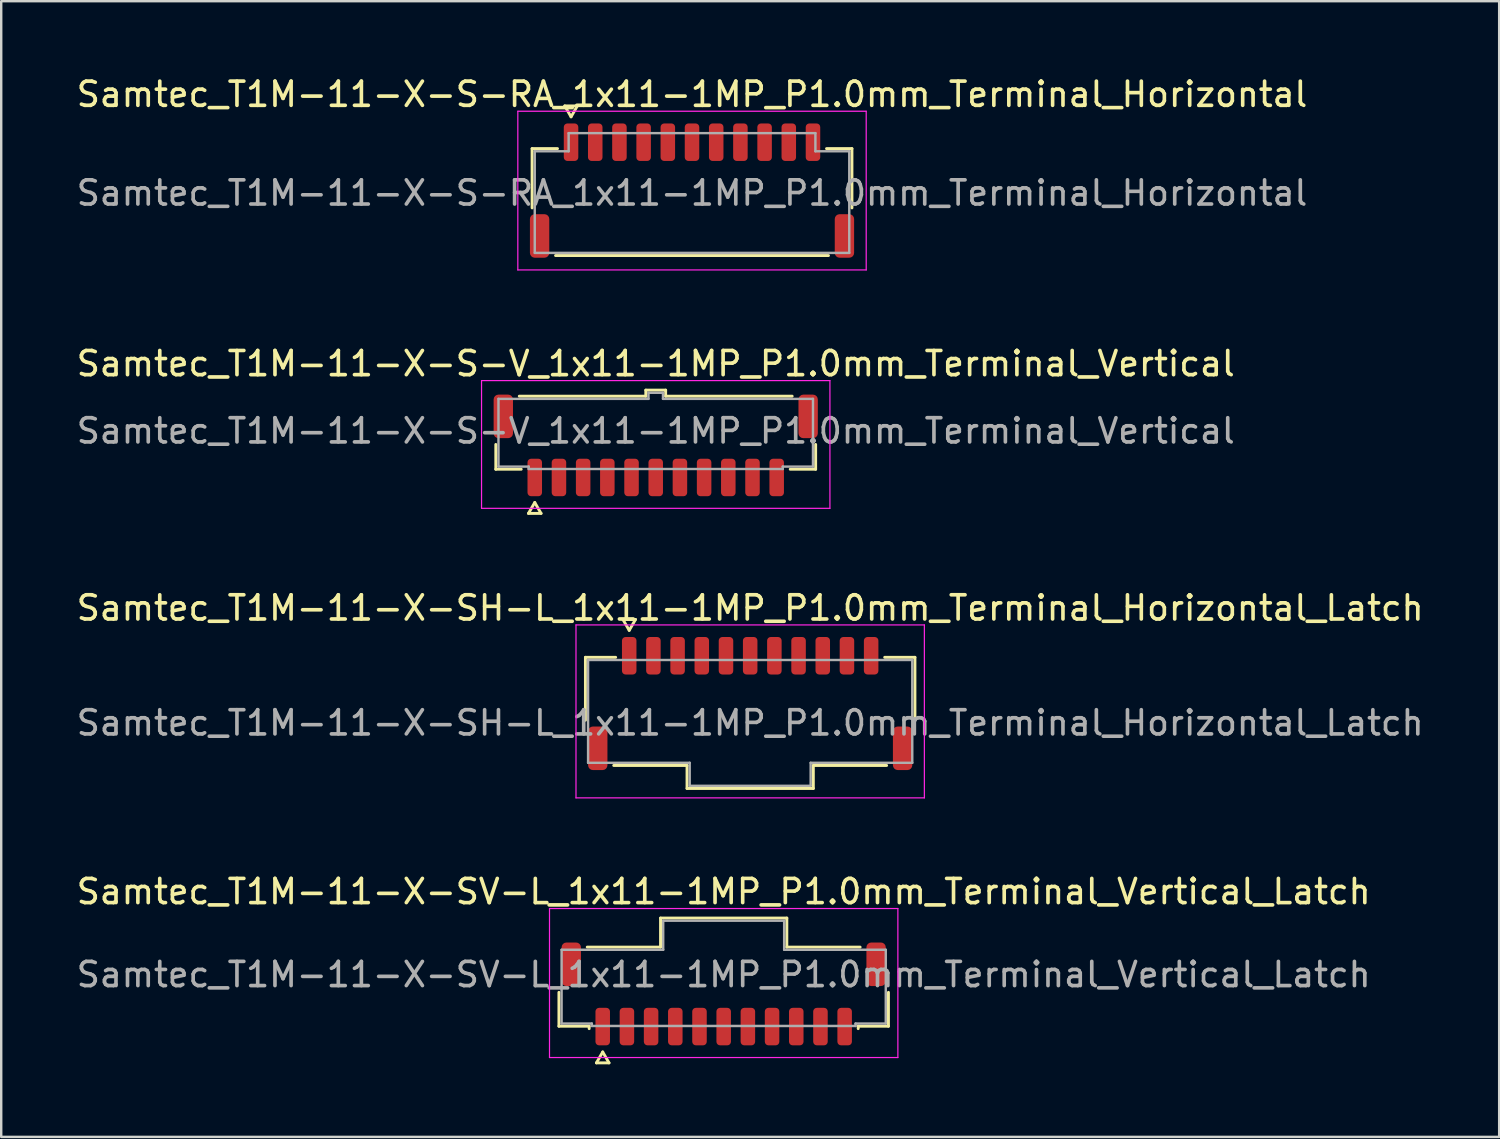
<source format=kicad_pcb>
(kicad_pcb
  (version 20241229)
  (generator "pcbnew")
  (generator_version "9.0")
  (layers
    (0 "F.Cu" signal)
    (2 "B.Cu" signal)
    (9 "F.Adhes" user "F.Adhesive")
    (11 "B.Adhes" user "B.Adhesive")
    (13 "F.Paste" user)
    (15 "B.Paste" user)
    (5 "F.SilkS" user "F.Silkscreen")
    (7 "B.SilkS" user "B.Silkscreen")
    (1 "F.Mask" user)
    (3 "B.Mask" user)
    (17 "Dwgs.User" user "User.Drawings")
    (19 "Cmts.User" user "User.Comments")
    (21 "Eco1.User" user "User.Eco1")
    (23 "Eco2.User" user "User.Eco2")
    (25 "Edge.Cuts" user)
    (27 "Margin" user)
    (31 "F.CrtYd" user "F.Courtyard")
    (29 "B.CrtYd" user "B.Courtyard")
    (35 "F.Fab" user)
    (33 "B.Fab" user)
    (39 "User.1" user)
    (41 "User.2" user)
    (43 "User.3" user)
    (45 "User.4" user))
  (footprint "Samtec_T1M-11-X-S-V_1x11-1MP_P1.0mm_Terminal_Vertical"
    (layer "F.Cu")
    (at 24.054 14.761)
    (property "Reference" "Samtec_T1M-11-X-S-V_1x11-1MP_P1.0mm_Terminal_Vertical" (at 0 -2.78 0) (layer "F.SilkS") (effects (font (size 1 1) (thickness 0.15))))
    (attr smd)
    (fp_line (start -6.61 1.585) (end -6.61 0.56) (stroke (width 0.12) (type solid)) (layer "F.SilkS"))
    (fp_line (start -5.64 -1.435) (end -0.41 -1.435) (stroke (width 0.12) (type solid)) (layer "F.SilkS"))
    (fp_line (start -5.56 1.585) (end -6.61 1.585) (stroke (width 0.12) (type solid)) (layer "F.SilkS"))
    (fp_line (start -5.26 3.41) (end -5 2.96) (stroke (width 0.12) (type solid)) (layer "F.SilkS"))
    (fp_line (start -5 2.96) (end -4.74 3.41) (stroke (width 0.12) (type solid)) (layer "F.SilkS"))
    (fp_line (start -4.74 3.41) (end -5.26 3.41) (stroke (width 0.12) (type solid)) (layer "F.SilkS"))
    (fp_line (start -0.41 -1.685) (end 0.41 -1.685) (stroke (width 0.12) (type solid)) (layer "F.SilkS"))
    (fp_line (start -0.41 -1.435) (end -0.41 -1.685) (stroke (width 0.12) (type solid)) (layer "F.SilkS"))
    (fp_line (start 0.41 -1.685) (end 0.41 -1.435) (stroke (width 0.12) (type solid)) (layer "F.SilkS"))
    (fp_line (start 0.41 -1.435) (end 5.64 -1.435) (stroke (width 0.12) (type solid)) (layer "F.SilkS"))
    (fp_line (start 6.61 0.56) (end 6.61 1.585) (stroke (width 0.12) (type solid)) (layer "F.SilkS"))
    (fp_line (start 6.61 1.585) (end 5.56 1.585) (stroke (width 0.12) (type solid)) (layer "F.SilkS"))
    (fp_line (start -7.2 -2.08) (end -7.2 3.2) (stroke (width 0.05) (type solid)) (layer "F.CrtYd"))
    (fp_line (start -7.2 3.2) (end 7.2 3.2) (stroke (width 0.05) (type solid)) (layer "F.CrtYd"))
    (fp_line (start 7.2 -2.08) (end -7.2 -2.08) (stroke (width 0.05) (type solid)) (layer "F.CrtYd"))
    (fp_line (start 7.2 3.2) (end 7.2 -2.08) (stroke (width 0.05) (type solid)) (layer "F.CrtYd"))
    (fp_line (start -6.5 -1.325) (end -0.3 -1.325) (stroke (width 0.1) (type solid)) (layer "F.Fab"))
    (fp_line (start -6.5 1.475) (end -6.5 -1.325) (stroke (width 0.1) (type solid)) (layer "F.Fab"))
    (fp_line (start -5.25 1.475) (end -6.5 1.475) (stroke (width 0.1) (type solid)) (layer "F.Fab"))
    (fp_line (start -5.25 1.575) (end -5.25 1.475) (stroke (width 0.1) (type solid)) (layer "F.Fab"))
    (fp_line (start -0.3 -1.575) (end 0.3 -1.575) (stroke (width 0.1) (type solid)) (layer "F.Fab"))
    (fp_line (start -0.3 -1.325) (end -0.3 -1.575) (stroke (width 0.1) (type solid)) (layer "F.Fab"))
    (fp_line (start 0.3 -1.575) (end 0.3 -1.325) (stroke (width 0.1) (type solid)) (layer "F.Fab"))
    (fp_line (start 0.3 -1.325) (end 6.5 -1.325) (stroke (width 0.1) (type solid)) (layer "F.Fab"))
    (fp_line (start 5.25 1.475) (end 5.25 1.575) (stroke (width 0.1) (type solid)) (layer "F.Fab"))
    (fp_line (start 5.25 1.575) (end -5.25 1.575) (stroke (width 0.1) (type solid)) (layer "F.Fab"))
    (fp_line (start 6.5 -1.325) (end 6.5 1.475) (stroke (width 0.1) (type solid)) (layer "F.Fab"))
    (fp_line (start 6.5 1.475) (end 5.25 1.475) (stroke (width 0.1) (type solid)) (layer "F.Fab"))
    (fp_text user "${REFERENCE}" (at 0 0 0) (layer "F.Fab") (effects (font (size 1 1) (thickness 0.15))))
    (pad "1" smd roundrect (at -5 1.925) (size 0.6 1.55) (layers "F.Cu" "F.Mask" "F.Paste") (roundrect_rratio 0.25))
    (pad "2" smd roundrect (at -4 1.925) (size 0.6 1.55) (layers "F.Cu" "F.Mask" "F.Paste") (roundrect_rratio 0.25))
    (pad "3" smd roundrect (at -3 1.925) (size 0.6 1.55) (layers "F.Cu" "F.Mask" "F.Paste") (roundrect_rratio 0.25))
    (pad "4" smd roundrect (at -2 1.925) (size 0.6 1.55) (layers "F.Cu" "F.Mask" "F.Paste") (roundrect_rratio 0.25))
    (pad "5" smd roundrect (at -1 1.925) (size 0.6 1.55) (layers "F.Cu" "F.Mask" "F.Paste") (roundrect_rratio 0.25))
    (pad "6" smd roundrect (at 0 1.925) (size 0.6 1.55) (layers "F.Cu" "F.Mask" "F.Paste") (roundrect_rratio 0.25))
    (pad "7" smd roundrect (at 1 1.925) (size 0.6 1.55) (layers "F.Cu" "F.Mask" "F.Paste") (roundrect_rratio 0.25))
    (pad "8" smd roundrect (at 2 1.925) (size 0.6 1.55) (layers "F.Cu" "F.Mask" "F.Paste") (roundrect_rratio 0.25))
    (pad "9" smd roundrect (at 3 1.925) (size 0.6 1.55) (layers "F.Cu" "F.Mask" "F.Paste") (roundrect_rratio 0.25))
    (pad "10" smd roundrect (at 4 1.925) (size 0.6 1.55) (layers "F.Cu" "F.Mask" "F.Paste") (roundrect_rratio 0.25))
    (pad "11" smd roundrect (at 5 1.925) (size 0.6 1.55) (layers "F.Cu" "F.Mask" "F.Paste") (roundrect_rratio 0.25))
    (pad "MP" smd roundrect (at -6.3 -0.6) (size 0.8 1.8) (layers "F.Cu" "F.Mask" "F.Paste") (roundrect_rratio 0.25))
    (pad "MP" smd roundrect (at 6.3 -0.6) (size 0.8 1.8) (layers "F.Cu" "F.Mask" "F.Paste") (roundrect_rratio 0.25)))
  (footprint "Samtec_T1M-11-X-SH-L_1x11-1MP_P1.0mm_Terminal_Horizontal_Latch"
    (layer "F.Cu")
    (at 27.958 26.83)
    (property "Reference" "Samtec_T1M-11-X-SH-L_1x11-1MP_P1.0mm_Terminal_Horizontal_Latch" (at 0 -4.75 0) (layer "F.SilkS") (effects (font (size 1 1) (thickness 0.15))))
    (attr smd)
    (fp_line (start -6.81 -2.71) (end -5.56 -2.71) (stroke (width 0.12) (type solid)) (layer "F.SilkS"))
    (fp_line (start -6.81 -0.11) (end -6.81 -2.71) (stroke (width 0.12) (type solid)) (layer "F.SilkS"))
    (fp_line (start -5.26 -4.275) (end -5 -3.825) (stroke (width 0.12) (type solid)) (layer "F.SilkS"))
    (fp_line (start -5 -3.825) (end -4.74 -4.275) (stroke (width 0.12) (type solid)) (layer "F.SilkS"))
    (fp_line (start -4.74 -4.275) (end -5.26 -4.275) (stroke (width 0.12) (type solid)) (layer "F.SilkS"))
    (fp_line (start -2.61 1.76) (end -5.64 1.76) (stroke (width 0.12) (type solid)) (layer "F.SilkS"))
    (fp_line (start -2.61 2.71) (end -2.61 1.76) (stroke (width 0.12) (type solid)) (layer "F.SilkS"))
    (fp_line (start 2.61 1.76) (end 2.61 2.71) (stroke (width 0.12) (type solid)) (layer "F.SilkS"))
    (fp_line (start 2.61 2.71) (end -2.61 2.71) (stroke (width 0.12) (type solid)) (layer "F.SilkS"))
    (fp_line (start 5.56 -2.71) (end 6.81 -2.71) (stroke (width 0.12) (type solid)) (layer "F.SilkS"))
    (fp_line (start 5.64 1.76) (end 2.61 1.76) (stroke (width 0.12) (type solid)) (layer "F.SilkS"))
    (fp_line (start 6.81 -2.71) (end 6.81 -0.11) (stroke (width 0.12) (type solid)) (layer "F.SilkS"))
    (fp_line (start -7.2 -4.05) (end -7.2 3.1) (stroke (width 0.05) (type solid)) (layer "F.CrtYd"))
    (fp_line (start -7.2 3.1) (end 7.2 3.1) (stroke (width 0.05) (type solid)) (layer "F.CrtYd"))
    (fp_line (start 7.2 -4.05) (end -7.2 -4.05) (stroke (width 0.05) (type solid)) (layer "F.CrtYd"))
    (fp_line (start 7.2 3.1) (end 7.2 -4.05) (stroke (width 0.05) (type solid)) (layer "F.CrtYd"))
    (fp_line (start -6.7 -2.6) (end 6.7 -2.6) (stroke (width 0.1) (type solid)) (layer "F.Fab"))
    (fp_line (start -6.7 1.65) (end -6.7 -2.6) (stroke (width 0.1) (type solid)) (layer "F.Fab"))
    (fp_line (start -2.5 1.65) (end -6.7 1.65) (stroke (width 0.1) (type solid)) (layer "F.Fab"))
    (fp_line (start -2.5 2.6) (end -2.5 1.65) (stroke (width 0.1) (type solid)) (layer "F.Fab"))
    (fp_line (start 2.5 1.65) (end 2.5 2.6) (stroke (width 0.1) (type solid)) (layer "F.Fab"))
    (fp_line (start 2.5 2.6) (end -2.5 2.6) (stroke (width 0.1) (type solid)) (layer "F.Fab"))
    (fp_line (start 6.7 -2.6) (end 6.7 1.65) (stroke (width 0.1) (type solid)) (layer "F.Fab"))
    (fp_line (start 6.7 1.65) (end 2.5 1.65) (stroke (width 0.1) (type solid)) (layer "F.Fab"))
    (fp_text user "${REFERENCE}" (at 0 0 0) (layer "F.Fab") (effects (font (size 1 1) (thickness 0.15))))
    (pad "1" smd roundrect (at -5 -2.775) (size 0.6 1.55) (layers "F.Cu" "F.Mask" "F.Paste") (roundrect_rratio 0.25))
    (pad "2" smd roundrect (at -4 -2.775) (size 0.6 1.55) (layers "F.Cu" "F.Mask" "F.Paste") (roundrect_rratio 0.25))
    (pad "3" smd roundrect (at -3 -2.775) (size 0.6 1.55) (layers "F.Cu" "F.Mask" "F.Paste") (roundrect_rratio 0.25))
    (pad "4" smd roundrect (at -2 -2.775) (size 0.6 1.55) (layers "F.Cu" "F.Mask" "F.Paste") (roundrect_rratio 0.25))
    (pad "5" smd roundrect (at -1 -2.775) (size 0.6 1.55) (layers "F.Cu" "F.Mask" "F.Paste") (roundrect_rratio 0.25))
    (pad "6" smd roundrect (at 0 -2.775) (size 0.6 1.55) (layers "F.Cu" "F.Mask" "F.Paste") (roundrect_rratio 0.25))
    (pad "7" smd roundrect (at 1 -2.775) (size 0.6 1.55) (layers "F.Cu" "F.Mask" "F.Paste") (roundrect_rratio 0.25))
    (pad "8" smd roundrect (at 2 -2.775) (size 0.6 1.55) (layers "F.Cu" "F.Mask" "F.Paste") (roundrect_rratio 0.25))
    (pad "9" smd roundrect (at 3 -2.775) (size 0.6 1.55) (layers "F.Cu" "F.Mask" "F.Paste") (roundrect_rratio 0.25))
    (pad "10" smd roundrect (at 4 -2.775) (size 0.6 1.55) (layers "F.Cu" "F.Mask" "F.Paste") (roundrect_rratio 0.25))
    (pad "11" smd roundrect (at 5 -2.775) (size 0.6 1.55) (layers "F.Cu" "F.Mask" "F.Paste") (roundrect_rratio 0.25))
    (pad "MP" smd roundrect (at -6.3 1.05) (size 0.8 1.8) (layers "F.Cu" "F.Mask" "F.Paste") (roundrect_rratio 0.25))
    (pad "MP" smd roundrect (at 6.3 1.05) (size 0.8 1.8) (layers "F.Cu" "F.Mask" "F.Paste") (roundrect_rratio 0.25)))
  (footprint "Samtec_T1M-11-X-SV-L_1x11-1MP_P1.0mm_Terminal_Vertical_Latch"
    (layer "F.Cu")
    (at 26.863 37.233)
    (property "Reference" "Samtec_T1M-11-X-SV-L_1x11-1MP_P1.0mm_Terminal_Vertical_Latch" (at 0 -3.43 0) (layer "F.SilkS") (effects (font (size 1 1) (thickness 0.15))))
    (attr smd)
    (fp_line (start -6.81 2.135) (end -6.81 0.735) (stroke (width 0.12) (type solid)) (layer "F.SilkS"))
    (fp_line (start -5.64 -1.135) (end -2.61 -1.135) (stroke (width 0.12) (type solid)) (layer "F.SilkS"))
    (fp_line (start -5.56 2.135) (end -6.81 2.135) (stroke (width 0.12) (type solid)) (layer "F.SilkS"))
    (fp_line (start -5.56 2.235) (end -5.56 2.135) (stroke (width 0.12) (type solid)) (layer "F.SilkS"))
    (fp_line (start -5.26 3.65) (end -5 3.2) (stroke (width 0.12) (type solid)) (layer "F.SilkS"))
    (fp_line (start -5 3.2) (end -4.74 3.65) (stroke (width 0.12) (type solid)) (layer "F.SilkS"))
    (fp_line (start -4.74 3.65) (end -5.26 3.65) (stroke (width 0.12) (type solid)) (layer "F.SilkS"))
    (fp_line (start -2.61 -2.335) (end 2.61 -2.335) (stroke (width 0.12) (type solid)) (layer "F.SilkS"))
    (fp_line (start -2.61 -1.135) (end -2.61 -2.335) (stroke (width 0.12) (type solid)) (layer "F.SilkS"))
    (fp_line (start 2.61 -2.335) (end 2.61 -1.135) (stroke (width 0.12) (type solid)) (layer "F.SilkS"))
    (fp_line (start 2.61 -1.135) (end 5.64 -1.135) (stroke (width 0.12) (type solid)) (layer "F.SilkS"))
    (fp_line (start 5.56 2.135) (end 5.56 2.235) (stroke (width 0.12) (type solid)) (layer "F.SilkS"))
    (fp_line (start 6.81 0.735) (end 6.81 2.135) (stroke (width 0.12) (type solid)) (layer "F.SilkS"))
    (fp_line (start 6.81 2.135) (end 5.56 2.135) (stroke (width 0.12) (type solid)) (layer "F.SilkS"))
    (fp_line (start -7.2 -2.73) (end -7.2 3.43) (stroke (width 0.05) (type solid)) (layer "F.CrtYd"))
    (fp_line (start -7.2 3.43) (end 7.2 3.43) (stroke (width 0.05) (type solid)) (layer "F.CrtYd"))
    (fp_line (start 7.2 -2.73) (end -7.2 -2.73) (stroke (width 0.05) (type solid)) (layer "F.CrtYd"))
    (fp_line (start 7.2 3.43) (end 7.2 -2.73) (stroke (width 0.05) (type solid)) (layer "F.CrtYd"))
    (fp_line (start -6.7 -1.025) (end -2.5 -1.025) (stroke (width 0.1) (type solid)) (layer "F.Fab"))
    (fp_line (start -6.7 2.025) (end -6.7 -1.025) (stroke (width 0.1) (type solid)) (layer "F.Fab"))
    (fp_line (start -5.45 2.025) (end -6.7 2.025) (stroke (width 0.1) (type solid)) (layer "F.Fab"))
    (fp_line (start -5.45 2.125) (end -5.45 2.025) (stroke (width 0.1) (type solid)) (layer "F.Fab"))
    (fp_line (start -2.5 -2.225) (end 2.5 -2.225) (stroke (width 0.1) (type solid)) (layer "F.Fab"))
    (fp_line (start -2.5 -1.025) (end -2.5 -2.225) (stroke (width 0.1) (type solid)) (layer "F.Fab"))
    (fp_line (start 2.5 -2.225) (end 2.5 -1.025) (stroke (width 0.1) (type solid)) (layer "F.Fab"))
    (fp_line (start 2.5 -1.025) (end 6.7 -1.025) (stroke (width 0.1) (type solid)) (layer "F.Fab"))
    (fp_line (start 5.45 2.025) (end 5.45 2.125) (stroke (width 0.1) (type solid)) (layer "F.Fab"))
    (fp_line (start 5.45 2.125) (end -5.45 2.125) (stroke (width 0.1) (type solid)) (layer "F.Fab"))
    (fp_line (start 6.7 -1.025) (end 6.7 2.025) (stroke (width 0.1) (type solid)) (layer "F.Fab"))
    (fp_line (start 6.7 2.025) (end 5.45 2.025) (stroke (width 0.1) (type solid)) (layer "F.Fab"))
    (fp_text user "${REFERENCE}" (at 0 0 0) (layer "F.Fab") (effects (font (size 1 1) (thickness 0.15))))
    (pad "1" smd roundrect (at -5 2.15) (size 0.6 1.55) (layers "F.Cu" "F.Mask" "F.Paste") (roundrect_rratio 0.25))
    (pad "2" smd roundrect (at -4 2.15) (size 0.6 1.55) (layers "F.Cu" "F.Mask" "F.Paste") (roundrect_rratio 0.25))
    (pad "3" smd roundrect (at -3 2.15) (size 0.6 1.55) (layers "F.Cu" "F.Mask" "F.Paste") (roundrect_rratio 0.25))
    (pad "4" smd roundrect (at -2 2.15) (size 0.6 1.55) (layers "F.Cu" "F.Mask" "F.Paste") (roundrect_rratio 0.25))
    (pad "5" smd roundrect (at -1 2.15) (size 0.6 1.55) (layers "F.Cu" "F.Mask" "F.Paste") (roundrect_rratio 0.25))
    (pad "6" smd roundrect (at 0 2.15) (size 0.6 1.55) (layers "F.Cu" "F.Mask" "F.Paste") (roundrect_rratio 0.25))
    (pad "7" smd roundrect (at 1 2.15) (size 0.6 1.55) (layers "F.Cu" "F.Mask" "F.Paste") (roundrect_rratio 0.25))
    (pad "8" smd roundrect (at 2 2.15) (size 0.6 1.55) (layers "F.Cu" "F.Mask" "F.Paste") (roundrect_rratio 0.25))
    (pad "9" smd roundrect (at 3 2.15) (size 0.6 1.55) (layers "F.Cu" "F.Mask" "F.Paste") (roundrect_rratio 0.25))
    (pad "10" smd roundrect (at 4 2.15) (size 0.6 1.55) (layers "F.Cu" "F.Mask" "F.Paste") (roundrect_rratio 0.25))
    (pad "11" smd roundrect (at 5 2.15) (size 0.6 1.55) (layers "F.Cu" "F.Mask" "F.Paste") (roundrect_rratio 0.25))
    (pad "MP" smd roundrect (at -6.3 -0.425) (size 0.8 1.8) (layers "F.Cu" "F.Mask" "F.Paste") (roundrect_rratio 0.25))
    (pad "MP" smd roundrect (at 6.3 -0.425) (size 0.8 1.8) (layers "F.Cu" "F.Mask" "F.Paste") (roundrect_rratio 0.25)))
  (footprint "Samtec_T1M-11-X-S-RA_1x11-1MP_P1.0mm_Terminal_Horizontal"
    (layer "F.Cu")
    (at 25.554 4.928)
    (property "Reference" "Samtec_T1M-11-X-S-RA_1x11-1MP_P1.0mm_Terminal_Horizontal" (at 0 -4.08 0) (layer "F.SilkS") (effects (font (size 1 1) (thickness 0.15))))
    (attr smd)
    (fp_line (start -6.61 -1.835) (end -5.56 -1.835) (stroke (width 0.12) (type solid)) (layer "F.SilkS"))
    (fp_line (start -6.61 0.615) (end -6.61 -1.835) (stroke (width 0.12) (type solid)) (layer "F.SilkS"))
    (fp_line (start -5.26 -3.6) (end -5 -3.15) (stroke (width 0.12) (type solid)) (layer "F.SilkS"))
    (fp_line (start -5 -3.15) (end -4.74 -3.6) (stroke (width 0.12) (type solid)) (layer "F.SilkS"))
    (fp_line (start -4.74 -3.6) (end -5.26 -3.6) (stroke (width 0.12) (type solid)) (layer "F.SilkS"))
    (fp_line (start 5.56 -1.835) (end 6.61 -1.835) (stroke (width 0.12) (type solid)) (layer "F.SilkS"))
    (fp_line (start 5.64 2.585) (end -5.64 2.585) (stroke (width 0.12) (type solid)) (layer "F.SilkS"))
    (fp_line (start 6.61 -1.835) (end 6.61 0.615) (stroke (width 0.12) (type solid)) (layer "F.SilkS"))
    (fp_line (start -7.2 -3.38) (end -7.2 3.18) (stroke (width 0.05) (type solid)) (layer "F.CrtYd"))
    (fp_line (start -7.2 3.18) (end 7.2 3.18) (stroke (width 0.05) (type solid)) (layer "F.CrtYd"))
    (fp_line (start 7.2 -3.38) (end -7.2 -3.38) (stroke (width 0.05) (type solid)) (layer "F.CrtYd"))
    (fp_line (start 7.2 3.18) (end 7.2 -3.38) (stroke (width 0.05) (type solid)) (layer "F.CrtYd"))
    (fp_line (start -6.5 -1.725) (end -5.1 -1.725) (stroke (width 0.1) (type solid)) (layer "F.Fab"))
    (fp_line (start -6.5 2.475) (end -6.5 -1.725) (stroke (width 0.1) (type solid)) (layer "F.Fab"))
    (fp_line (start -5.1 -2.475) (end 5.1 -2.475) (stroke (width 0.1) (type solid)) (layer "F.Fab"))
    (fp_line (start -5.1 -1.725) (end -5.1 -2.475) (stroke (width 0.1) (type solid)) (layer "F.Fab"))
    (fp_line (start 5.1 -2.475) (end 5.1 -1.725) (stroke (width 0.1) (type solid)) (layer "F.Fab"))
    (fp_line (start 5.1 -1.725) (end 6.5 -1.725) (stroke (width 0.1) (type solid)) (layer "F.Fab"))
    (fp_line (start 6.5 -1.725) (end 6.5 2.475) (stroke (width 0.1) (type solid)) (layer "F.Fab"))
    (fp_line (start 6.5 2.475) (end -6.5 2.475) (stroke (width 0.1) (type solid)) (layer "F.Fab"))
    (fp_text user "${REFERENCE}" (at 0 0 0) (layer "F.Fab") (effects (font (size 1 1) (thickness 0.15))))
    (pad "1" smd roundrect (at -5 -2.1) (size 0.6 1.55) (layers "F.Cu" "F.Mask" "F.Paste") (roundrect_rratio 0.25))
    (pad "2" smd roundrect (at -4 -2.1) (size 0.6 1.55) (layers "F.Cu" "F.Mask" "F.Paste") (roundrect_rratio 0.25))
    (pad "3" smd roundrect (at -3 -2.1) (size 0.6 1.55) (layers "F.Cu" "F.Mask" "F.Paste") (roundrect_rratio 0.25))
    (pad "4" smd roundrect (at -2 -2.1) (size 0.6 1.55) (layers "F.Cu" "F.Mask" "F.Paste") (roundrect_rratio 0.25))
    (pad "5" smd roundrect (at -1 -2.1) (size 0.6 1.55) (layers "F.Cu" "F.Mask" "F.Paste") (roundrect_rratio 0.25))
    (pad "6" smd roundrect (at 0 -2.1) (size 0.6 1.55) (layers "F.Cu" "F.Mask" "F.Paste") (roundrect_rratio 0.25))
    (pad "7" smd roundrect (at 1 -2.1) (size 0.6 1.55) (layers "F.Cu" "F.Mask" "F.Paste") (roundrect_rratio 0.25))
    (pad "8" smd roundrect (at 2 -2.1) (size 0.6 1.55) (layers "F.Cu" "F.Mask" "F.Paste") (roundrect_rratio 0.25))
    (pad "9" smd roundrect (at 3 -2.1) (size 0.6 1.55) (layers "F.Cu" "F.Mask" "F.Paste") (roundrect_rratio 0.25))
    (pad "10" smd roundrect (at 4 -2.1) (size 0.6 1.55) (layers "F.Cu" "F.Mask" "F.Paste") (roundrect_rratio 0.25))
    (pad "11" smd roundrect (at 5 -2.1) (size 0.6 1.55) (layers "F.Cu" "F.Mask" "F.Paste") (roundrect_rratio 0.25))
    (pad "MP" smd roundrect (at -6.3 1.775) (size 0.8 1.8) (layers "F.Cu" "F.Mask" "F.Paste") (roundrect_rratio 0.25))
    (pad "MP" smd roundrect (at 6.3 1.775) (size 0.8 1.8) (layers "F.Cu" "F.Mask" "F.Paste") (roundrect_rratio 0.25)))
  (gr_rect
    (start -3 -3)
    (end 58.917 43.943)
    (stroke (width 0.1) (type default))
    (fill no)
    (layer "Edge.Cuts")))
</source>
